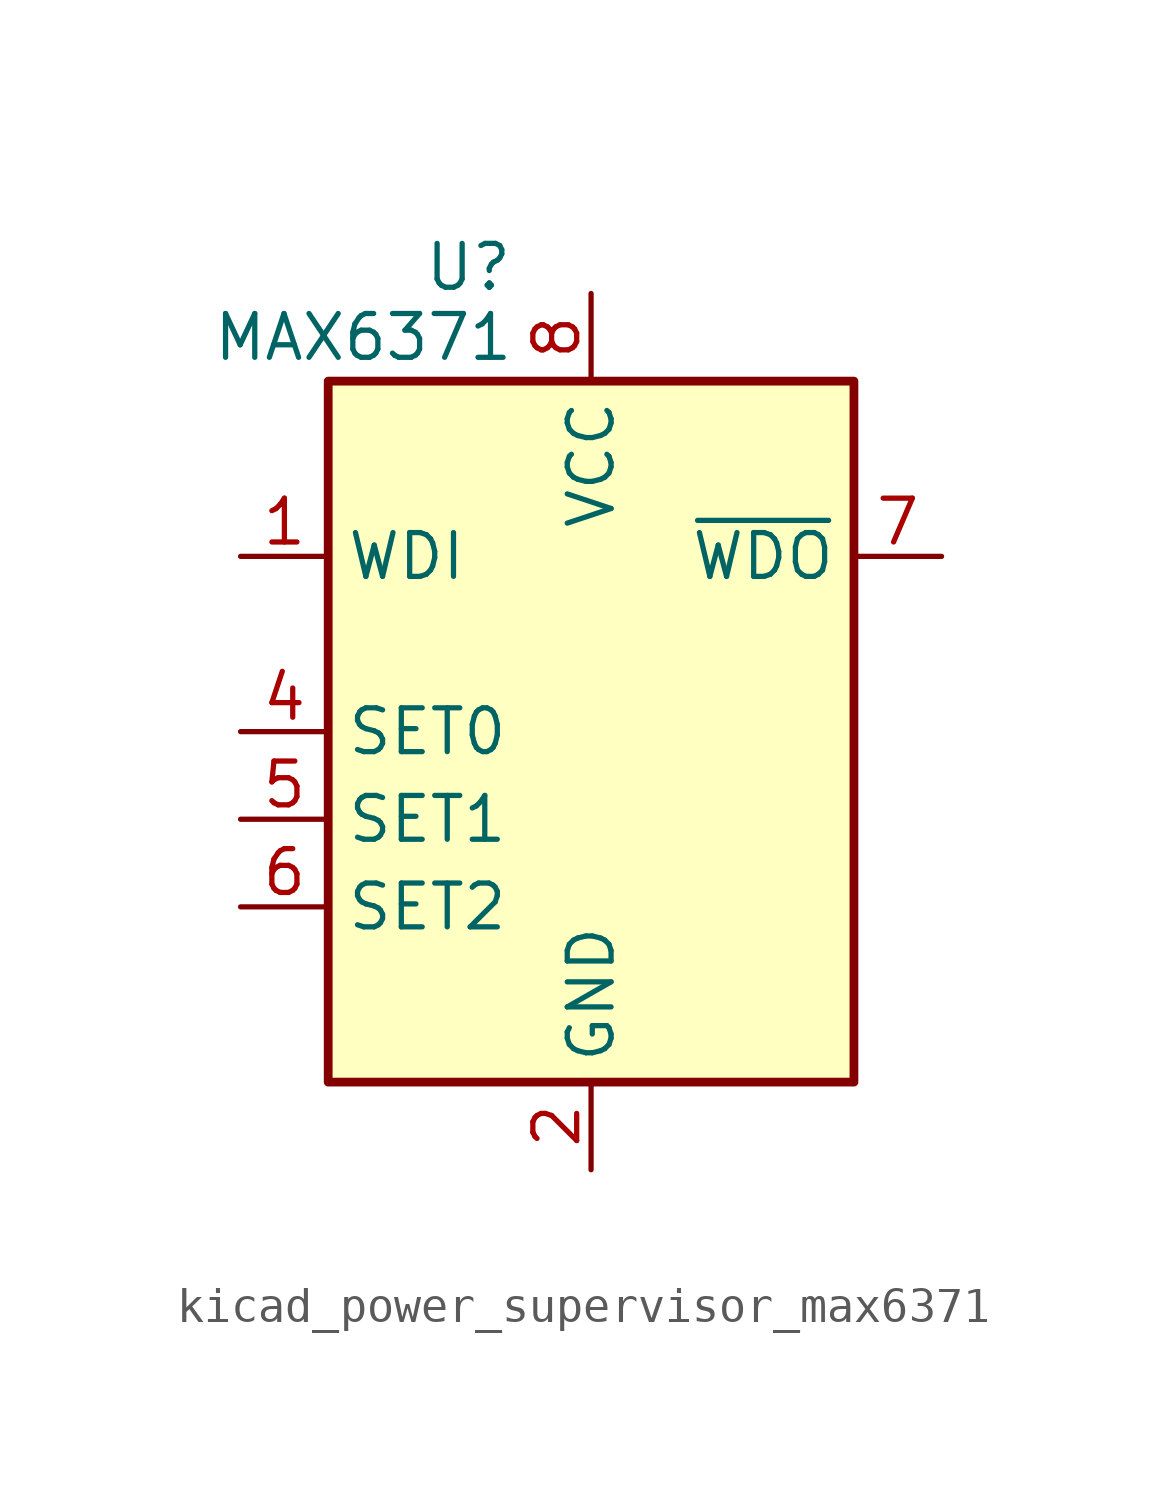
<source format=kicad_sym>
(kicad_symbol_lib
  (version 20220914)
  (generator kicad_symbol_editor)
  (symbol "kicad_power_supervisor_max6371"
    (property "Reference" "U"
      (at -3.556 13.462 0)
      (effects (font (size 1.27 1.27))))
    (property "Value" "MAX6371"
      (at -6.604 11.43 0)
      (effects (font (size 1.27 1.27))))
    (symbol "kicad_power_supervisor_max6371_0_1"
      (rectangle (start -7.62 10.16) (end 7.62 -10.16) (stroke (width 0.254) (type default)) (fill (type background))))
    (symbol "kicad_power_supervisor_max6371_1_1"
      (pin input line (at -10.16 5.08 0) (length 2.54) (name "WDI" (effects (font (size 1.27 1.27)))) (number "1" (effects (font (size 1.27 1.27)))))
      (pin power_in line (at 0 -12.7 90) (length 2.54) (name "GND" (effects (font (size 1.27 1.27)))) (number "2" (effects (font (size 1.27 1.27)))))
      (pin no_connect line (at 7.62 -5.08 180) (length 2.54) hide (name "NC" (effects (font (size 1.27 1.27)))) (number "3" (effects (font (size 1.27 1.27)))))
      (pin input line (at -10.16 0 0) (length 2.54) (name "SET0" (effects (font (size 1.27 1.27)))) (number "4" (effects (font (size 1.27 1.27)))))
      (pin input line (at -10.16 -2.54 0) (length 2.54) (name "SET1" (effects (font (size 1.27 1.27)))) (number "5" (effects (font (size 1.27 1.27)))))
      (pin input line (at -10.16 -5.08 0) (length 2.54) (name "SET2" (effects (font (size 1.27 1.27)))) (number "6" (effects (font (size 1.27 1.27)))))
      (pin open_collector line (at 10.16 5.08 180) (length 2.54) (name "~{WDO}" (effects (font (size 1.27 1.27)))) (number "7" (effects (font (size 1.27 1.27)))))
      (pin power_in line (at 0 12.7 270) (length 2.54) (name "VCC" (effects (font (size 1.27 1.27)))) (number "8" (effects (font (size 1.27 1.27))))))))
</source>
